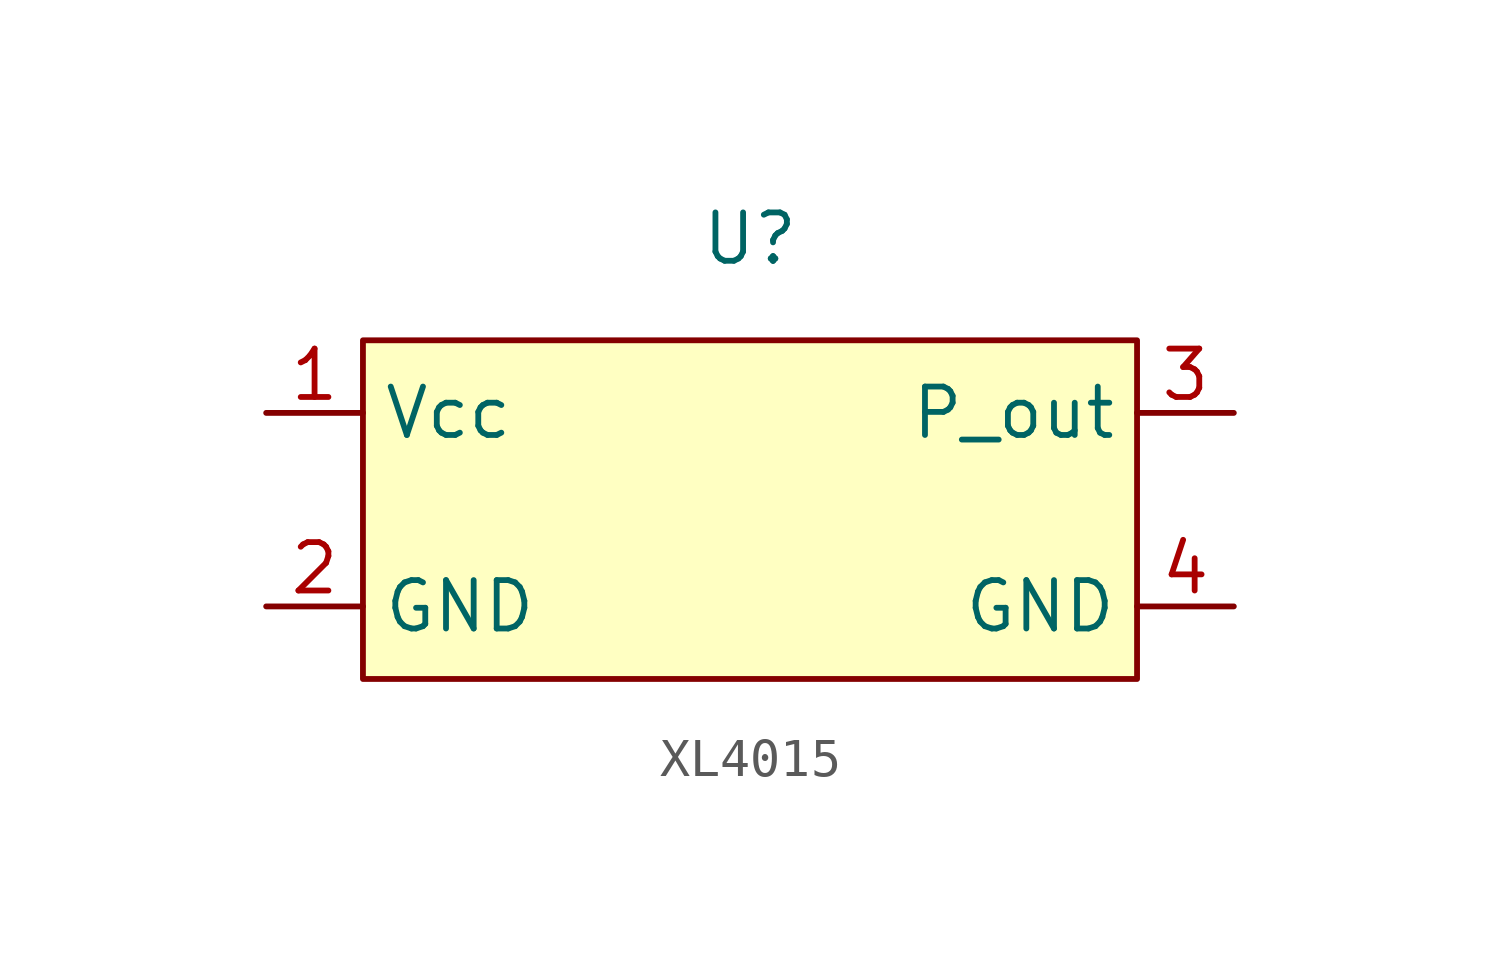
<source format=kicad_sym>
(kicad_symbol_lib
  (version 20241209)
  (generator "kicad_symbol_editor")
  (generator_version "9.0")
  (symbol "XL4015"
    (property "Reference" "U"
      (at 0 7.112 0)
      (effects (font (size 1.27 1.27))))
    (property "Value" ""
      (at 0 0 0)
      (effects (font (size 1.27 1.27))))
    (symbol "XL4015_1_1"
      (rectangle (start -10.16 4.445) (end 10.16 -4.445) (stroke (width 0) (type solid)) (fill (type background)))
      (pin power_in line (at -12.7 2.54 0) (length 2.54) (name "Vcc" (effects (font (size 1.27 1.27)))) (number "1" (effects (font (size 1.27 1.27)))))
      (pin power_in line (at -12.7 -2.54 0) (length 2.54) (name "GND" (effects (font (size 1.27 1.27)))) (number "2" (effects (font (size 1.27 1.27)))))
      (pin power_out line (at 12.7 2.54 180) (length 2.54) (name "P_out" (effects (font (size 1.27 1.27)))) (number "3" (effects (font (size 1.27 1.27)))))
      (pin power_in line (at 12.7 -2.54 180) (length 2.54) (name "GND" (effects (font (size 1.27 1.27)))) (number "4" (effects (font (size 1.27 1.27))))))))
</source>
